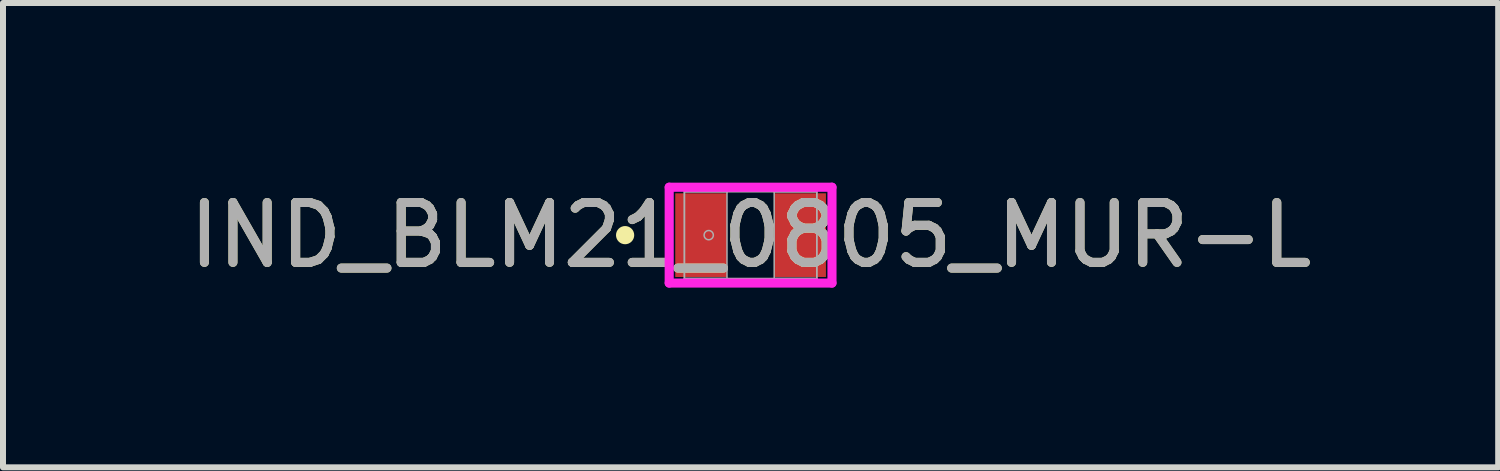
<source format=kicad_pcb>
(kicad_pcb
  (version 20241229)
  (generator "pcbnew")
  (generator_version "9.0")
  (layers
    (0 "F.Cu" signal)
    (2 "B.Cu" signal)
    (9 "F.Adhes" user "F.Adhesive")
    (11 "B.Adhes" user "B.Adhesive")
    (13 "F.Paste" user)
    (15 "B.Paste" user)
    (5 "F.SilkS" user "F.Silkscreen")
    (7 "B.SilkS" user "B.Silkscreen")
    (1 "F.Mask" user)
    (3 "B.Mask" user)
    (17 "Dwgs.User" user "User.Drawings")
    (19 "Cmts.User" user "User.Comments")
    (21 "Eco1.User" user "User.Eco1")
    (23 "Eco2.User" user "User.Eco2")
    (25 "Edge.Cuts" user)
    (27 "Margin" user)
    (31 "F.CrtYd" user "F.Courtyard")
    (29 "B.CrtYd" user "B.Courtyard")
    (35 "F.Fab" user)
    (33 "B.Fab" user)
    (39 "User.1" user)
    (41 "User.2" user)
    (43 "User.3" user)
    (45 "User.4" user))
  (footprint "IND_BLM21_0805_MUR-L"
    (layer "F.Cu")
    (at 9.482 0.876)
    (property "Reference" "IND_BLM21_0805_MUR-L" (at 0 0 0) (unlocked yes) (layer "F.SilkS") (effects (font (size 1 1) (thickness 0.15))))
    (attr smd)
    (fp_circle (center -2.095 0) (end -2.019 0) (stroke (width 0.152) (type solid)) (fill no) (layer "F.SilkS"))
    (fp_line (start -1.359 -0.8) (end 1.359 -0.8) (stroke (width 0.152) (type solid)) (layer "F.CrtYd"))
    (fp_line (start -1.359 0.8) (end -1.359 -0.8) (stroke (width 0.152) (type solid)) (layer "F.CrtYd"))
    (fp_line (start 1.359 -0.8) (end 1.359 0.8) (stroke (width 0.152) (type solid)) (layer "F.CrtYd"))
    (fp_line (start 1.359 0.8) (end -1.359 0.8) (stroke (width 0.152) (type solid)) (layer "F.CrtYd"))
    (fp_line (start -1.105 -0.724) (end -1.105 0.724) (stroke (width 0.025) (type solid)) (layer "F.Fab"))
    (fp_line (start -1.105 -0.724) (end -1.105 0.724) (stroke (width 0.025) (type solid)) (layer "F.Fab"))
    (fp_line (start -1.105 0.724) (end -0.394 0.724) (stroke (width 0.025) (type solid)) (layer "F.Fab"))
    (fp_line (start -1.105 0.724) (end 1.105 0.724) (stroke (width 0.025) (type solid)) (layer "F.Fab"))
    (fp_line (start -0.394 -0.724) (end -1.105 -0.724) (stroke (width 0.025) (type solid)) (layer "F.Fab"))
    (fp_line (start -0.394 0.724) (end -0.394 -0.724) (stroke (width 0.025) (type solid)) (layer "F.Fab"))
    (fp_line (start 0.394 -0.724) (end 0.394 0.724) (stroke (width 0.025) (type solid)) (layer "F.Fab"))
    (fp_line (start 0.394 0.724) (end 1.105 0.724) (stroke (width 0.025) (type solid)) (layer "F.Fab"))
    (fp_line (start 1.105 -0.724) (end -1.105 -0.724) (stroke (width 0.025) (type solid)) (layer "F.Fab"))
    (fp_line (start 1.105 -0.724) (end 0.394 -0.724) (stroke (width 0.025) (type solid)) (layer "F.Fab"))
    (fp_line (start 1.105 0.724) (end 1.105 -0.724) (stroke (width 0.025) (type solid)) (layer "F.Fab"))
    (fp_line (start 1.105 0.724) (end 1.105 -0.724) (stroke (width 0.025) (type solid)) (layer "F.Fab"))
    (fp_circle (center -0.699 0) (end -0.622 0) (stroke (width 0.025) (type solid)) (fill no) (layer "F.Fab"))
    (fp_text user "${REFERENCE}" (at 0 0 0) (unlocked yes) (layer "F.Fab") (effects (font (size 1 1) (thickness 0.15))))
    (pad "1" smd rect (at -0.826 0) (size 0.864 1.397) (layers "F.Cu" "F.Mask" "F.Paste"))
    (pad "2" smd rect (at 0.826 0) (size 0.864 1.397) (layers "F.Cu" "F.Mask" "F.Paste"))
    (zone (net_name "") (layer "F.Cu") (hatch full 0.508) (connect_pads) (min_thickness 0.254) (filled_areas_thickness no) (keepout (tracks not_allowed) (vias not_allowed) (pads allowed) (copperpour not_allowed) (footprints allowed)) (placement (enabled no)) (fill) (polygon (pts (xy 9.139 0.203) (xy 9.825 0.203) (xy 9.825 1.549) (xy 9.139 1.549)))))
  (gr_rect
    (start -3 -3)
    (end 21.964 4.753)
    (stroke (width 0.1) (type default))
    (fill no)
    (layer "Edge.Cuts")))
</source>
